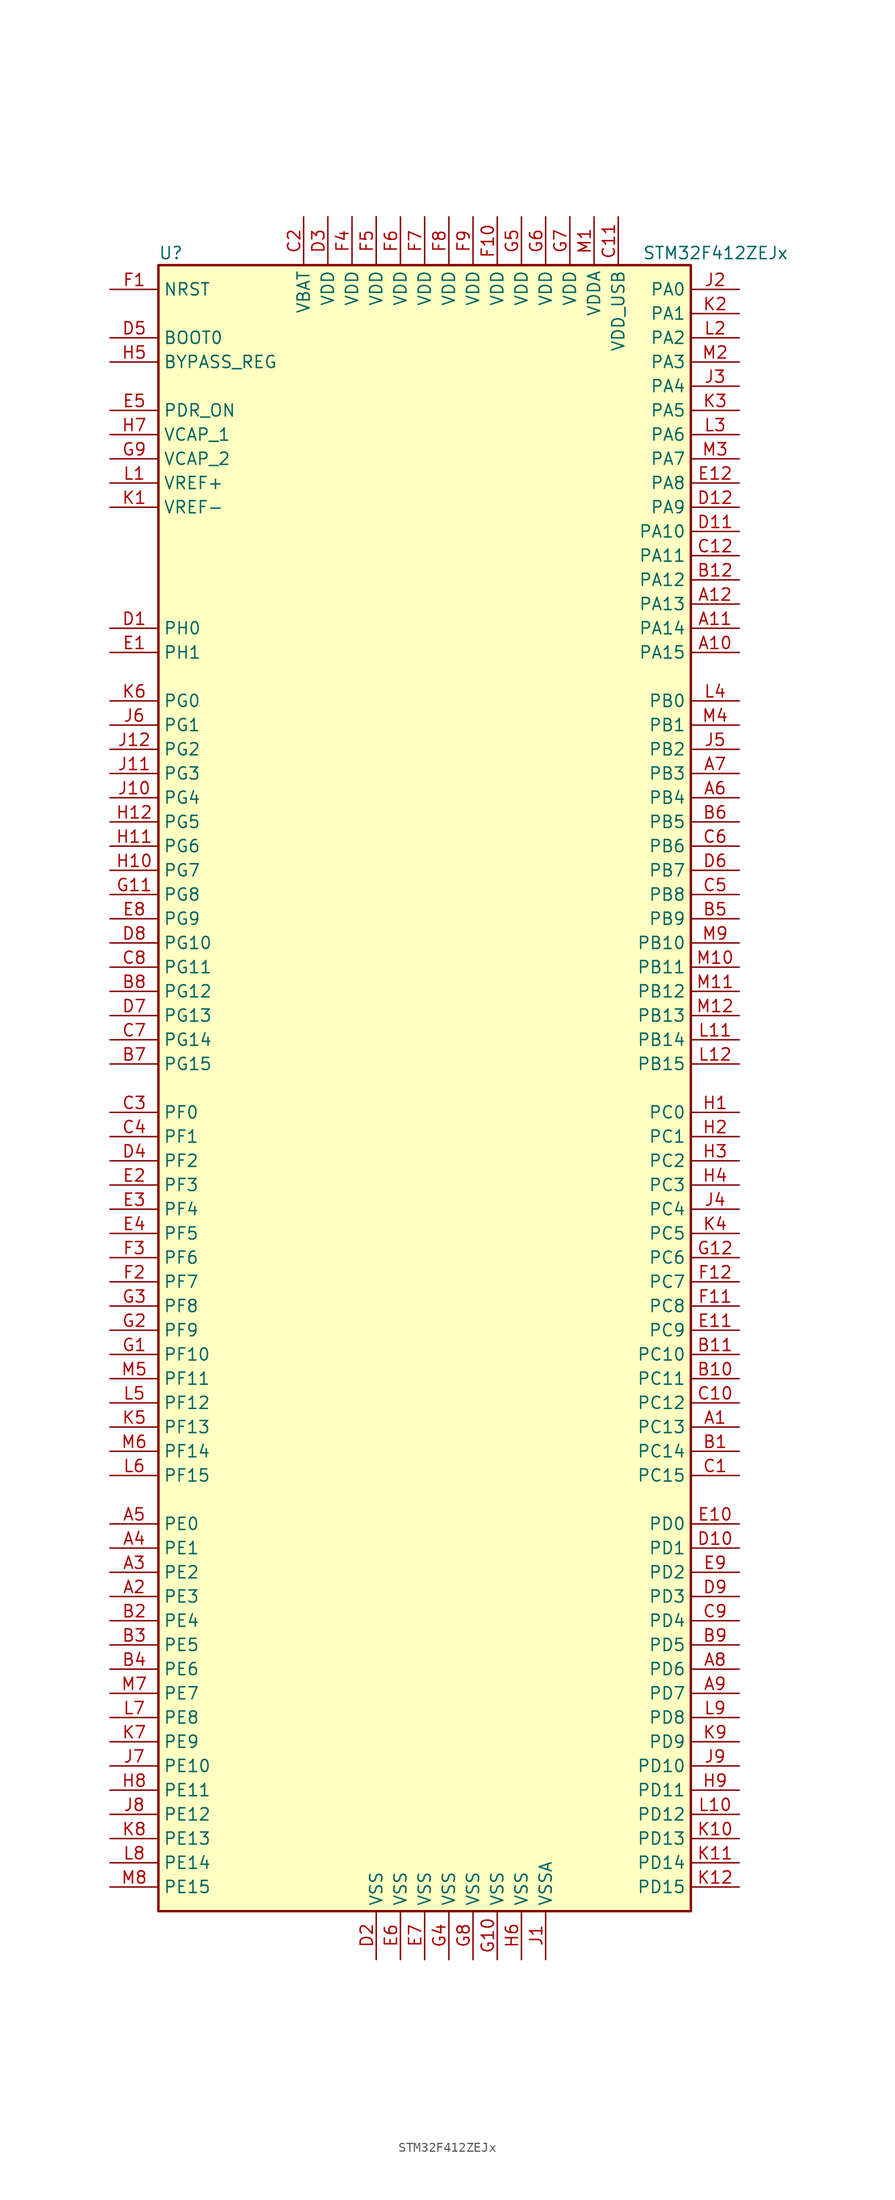
<source format=kicad_sym>
(kicad_symbol_lib
  (version 20211014)
  (generator kicad_symbol_editor)
  (symbol "STM32F412ZEJx"
    (property "Reference" "U"
      (at -27.94 87.63 0)
      (effects (font (size 1.27 1.27)) (justify left)))
    (property "Value" "STM32F412ZEJx"
      (at 22.86 87.63 0)
      (effects (font (size 1.27 1.27)) (justify left)))
    (symbol "STM32F412ZEJx_0_1"
      (rectangle (start -27.94 -86.36) (end 27.94 86.36) (stroke (width 0.254) (type default) (color 0 0 0 0)) (fill (type background))))
    (symbol "STM32F412ZEJx_1_1"
      (pin bidirectional line (at 33.02 -35.56 180) (length 5.08) (name "PC13" (effects (font (size 1.27 1.27)))) (number "A1" (effects (font (size 1.27 1.27)))))
      (pin bidirectional line (at 33.02 45.72 180) (length 5.08) (name "PA15" (effects (font (size 1.27 1.27)))) (number "A10" (effects (font (size 1.27 1.27)))))
      (pin bidirectional line (at 33.02 48.26 180) (length 5.08) (name "PA14" (effects (font (size 1.27 1.27)))) (number "A11" (effects (font (size 1.27 1.27)))))
      (pin bidirectional line (at 33.02 50.8 180) (length 5.08) (name "PA13" (effects (font (size 1.27 1.27)))) (number "A12" (effects (font (size 1.27 1.27)))))
      (pin bidirectional line (at -33.02 -53.34 0) (length 5.08) (name "PE3" (effects (font (size 1.27 1.27)))) (number "A2" (effects (font (size 1.27 1.27)))))
      (pin bidirectional line (at -33.02 -50.8 0) (length 5.08) (name "PE2" (effects (font (size 1.27 1.27)))) (number "A3" (effects (font (size 1.27 1.27)))))
      (pin bidirectional line (at -33.02 -48.26 0) (length 5.08) (name "PE1" (effects (font (size 1.27 1.27)))) (number "A4" (effects (font (size 1.27 1.27)))))
      (pin bidirectional line (at -33.02 -45.72 0) (length 5.08) (name "PE0" (effects (font (size 1.27 1.27)))) (number "A5" (effects (font (size 1.27 1.27)))))
      (pin bidirectional line (at 33.02 30.48 180) (length 5.08) (name "PB4" (effects (font (size 1.27 1.27)))) (number "A6" (effects (font (size 1.27 1.27)))))
      (pin bidirectional line (at 33.02 33.02 180) (length 5.08) (name "PB3" (effects (font (size 1.27 1.27)))) (number "A7" (effects (font (size 1.27 1.27)))))
      (pin bidirectional line (at 33.02 -60.96 180) (length 5.08) (name "PD6" (effects (font (size 1.27 1.27)))) (number "A8" (effects (font (size 1.27 1.27)))))
      (pin bidirectional line (at 33.02 -63.5 180) (length 5.08) (name "PD7" (effects (font (size 1.27 1.27)))) (number "A9" (effects (font (size 1.27 1.27)))))
      (pin bidirectional line (at 33.02 -38.1 180) (length 5.08) (name "PC14" (effects (font (size 1.27 1.27)))) (number "B1" (effects (font (size 1.27 1.27)))))
      (pin bidirectional line (at 33.02 -30.48 180) (length 5.08) (name "PC11" (effects (font (size 1.27 1.27)))) (number "B10" (effects (font (size 1.27 1.27)))))
      (pin bidirectional line (at 33.02 -27.94 180) (length 5.08) (name "PC10" (effects (font (size 1.27 1.27)))) (number "B11" (effects (font (size 1.27 1.27)))))
      (pin bidirectional line (at 33.02 53.34 180) (length 5.08) (name "PA12" (effects (font (size 1.27 1.27)))) (number "B12" (effects (font (size 1.27 1.27)))))
      (pin bidirectional line (at -33.02 -55.88 0) (length 5.08) (name "PE4" (effects (font (size 1.27 1.27)))) (number "B2" (effects (font (size 1.27 1.27)))))
      (pin bidirectional line (at -33.02 -58.42 0) (length 5.08) (name "PE5" (effects (font (size 1.27 1.27)))) (number "B3" (effects (font (size 1.27 1.27)))))
      (pin bidirectional line (at -33.02 -60.96 0) (length 5.08) (name "PE6" (effects (font (size 1.27 1.27)))) (number "B4" (effects (font (size 1.27 1.27)))))
      (pin bidirectional line (at 33.02 17.78 180) (length 5.08) (name "PB9" (effects (font (size 1.27 1.27)))) (number "B5" (effects (font (size 1.27 1.27)))))
      (pin bidirectional line (at 33.02 27.94 180) (length 5.08) (name "PB5" (effects (font (size 1.27 1.27)))) (number "B6" (effects (font (size 1.27 1.27)))))
      (pin bidirectional line (at -33.02 2.54 0) (length 5.08) (name "PG15" (effects (font (size 1.27 1.27)))) (number "B7" (effects (font (size 1.27 1.27)))))
      (pin bidirectional line (at -33.02 10.16 0) (length 5.08) (name "PG12" (effects (font (size 1.27 1.27)))) (number "B8" (effects (font (size 1.27 1.27)))))
      (pin bidirectional line (at 33.02 -58.42 180) (length 5.08) (name "PD5" (effects (font (size 1.27 1.27)))) (number "B9" (effects (font (size 1.27 1.27)))))
      (pin bidirectional line (at 33.02 -40.64 180) (length 5.08) (name "PC15" (effects (font (size 1.27 1.27)))) (number "C1" (effects (font (size 1.27 1.27)))))
      (pin bidirectional line (at 33.02 -33.02 180) (length 5.08) (name "PC12" (effects (font (size 1.27 1.27)))) (number "C10" (effects (font (size 1.27 1.27)))))
      (pin power_in line (at 20.32 91.44 270) (length 5.08) (name "VDD_USB" (effects (font (size 1.27 1.27)))) (number "C11" (effects (font (size 1.27 1.27)))))
      (pin bidirectional line (at 33.02 55.88 180) (length 5.08) (name "PA11" (effects (font (size 1.27 1.27)))) (number "C12" (effects (font (size 1.27 1.27)))))
      (pin power_in line (at -12.7 91.44 270) (length 5.08) (name "VBAT" (effects (font (size 1.27 1.27)))) (number "C2" (effects (font (size 1.27 1.27)))))
      (pin bidirectional line (at -33.02 -2.54 0) (length 5.08) (name "PF0" (effects (font (size 1.27 1.27)))) (number "C3" (effects (font (size 1.27 1.27)))))
      (pin bidirectional line (at -33.02 -5.08 0) (length 5.08) (name "PF1" (effects (font (size 1.27 1.27)))) (number "C4" (effects (font (size 1.27 1.27)))))
      (pin bidirectional line (at 33.02 20.32 180) (length 5.08) (name "PB8" (effects (font (size 1.27 1.27)))) (number "C5" (effects (font (size 1.27 1.27)))))
      (pin bidirectional line (at 33.02 25.4 180) (length 5.08) (name "PB6" (effects (font (size 1.27 1.27)))) (number "C6" (effects (font (size 1.27 1.27)))))
      (pin bidirectional line (at -33.02 5.08 0) (length 5.08) (name "PG14" (effects (font (size 1.27 1.27)))) (number "C7" (effects (font (size 1.27 1.27)))))
      (pin bidirectional line (at -33.02 12.7 0) (length 5.08) (name "PG11" (effects (font (size 1.27 1.27)))) (number "C8" (effects (font (size 1.27 1.27)))))
      (pin bidirectional line (at 33.02 -55.88 180) (length 5.08) (name "PD4" (effects (font (size 1.27 1.27)))) (number "C9" (effects (font (size 1.27 1.27)))))
      (pin input line (at -33.02 48.26 0) (length 5.08) (name "PH0" (effects (font (size 1.27 1.27)))) (number "D1" (effects (font (size 1.27 1.27)))))
      (pin bidirectional line (at 33.02 -48.26 180) (length 5.08) (name "PD1" (effects (font (size 1.27 1.27)))) (number "D10" (effects (font (size 1.27 1.27)))))
      (pin bidirectional line (at 33.02 58.42 180) (length 5.08) (name "PA10" (effects (font (size 1.27 1.27)))) (number "D11" (effects (font (size 1.27 1.27)))))
      (pin bidirectional line (at 33.02 60.96 180) (length 5.08) (name "PA9" (effects (font (size 1.27 1.27)))) (number "D12" (effects (font (size 1.27 1.27)))))
      (pin power_in line (at -5.08 -91.44 90) (length 5.08) (name "VSS" (effects (font (size 1.27 1.27)))) (number "D2" (effects (font (size 1.27 1.27)))))
      (pin power_in line (at -10.16 91.44 270) (length 5.08) (name "VDD" (effects (font (size 1.27 1.27)))) (number "D3" (effects (font (size 1.27 1.27)))))
      (pin bidirectional line (at -33.02 -7.62 0) (length 5.08) (name "PF2" (effects (font (size 1.27 1.27)))) (number "D4" (effects (font (size 1.27 1.27)))))
      (pin input line (at -33.02 78.74 0) (length 5.08) (name "BOOT0" (effects (font (size 1.27 1.27)))) (number "D5" (effects (font (size 1.27 1.27)))))
      (pin bidirectional line (at 33.02 22.86 180) (length 5.08) (name "PB7" (effects (font (size 1.27 1.27)))) (number "D6" (effects (font (size 1.27 1.27)))))
      (pin bidirectional line (at -33.02 7.62 0) (length 5.08) (name "PG13" (effects (font (size 1.27 1.27)))) (number "D7" (effects (font (size 1.27 1.27)))))
      (pin bidirectional line (at -33.02 15.24 0) (length 5.08) (name "PG10" (effects (font (size 1.27 1.27)))) (number "D8" (effects (font (size 1.27 1.27)))))
      (pin bidirectional line (at 33.02 -53.34 180) (length 5.08) (name "PD3" (effects (font (size 1.27 1.27)))) (number "D9" (effects (font (size 1.27 1.27)))))
      (pin input line (at -33.02 45.72 0) (length 5.08) (name "PH1" (effects (font (size 1.27 1.27)))) (number "E1" (effects (font (size 1.27 1.27)))))
      (pin bidirectional line (at 33.02 -45.72 180) (length 5.08) (name "PD0" (effects (font (size 1.27 1.27)))) (number "E10" (effects (font (size 1.27 1.27)))))
      (pin bidirectional line (at 33.02 -25.4 180) (length 5.08) (name "PC9" (effects (font (size 1.27 1.27)))) (number "E11" (effects (font (size 1.27 1.27)))))
      (pin bidirectional line (at 33.02 63.5 180) (length 5.08) (name "PA8" (effects (font (size 1.27 1.27)))) (number "E12" (effects (font (size 1.27 1.27)))))
      (pin bidirectional line (at -33.02 -10.16 0) (length 5.08) (name "PF3" (effects (font (size 1.27 1.27)))) (number "E2" (effects (font (size 1.27 1.27)))))
      (pin bidirectional line (at -33.02 -12.7 0) (length 5.08) (name "PF4" (effects (font (size 1.27 1.27)))) (number "E3" (effects (font (size 1.27 1.27)))))
      (pin bidirectional line (at -33.02 -15.24 0) (length 5.08) (name "PF5" (effects (font (size 1.27 1.27)))) (number "E4" (effects (font (size 1.27 1.27)))))
      (pin power_in line (at -33.02 71.12 0) (length 5.08) (name "PDR_ON" (effects (font (size 1.27 1.27)))) (number "E5" (effects (font (size 1.27 1.27)))))
      (pin power_in line (at -2.54 -91.44 90) (length 5.08) (name "VSS" (effects (font (size 1.27 1.27)))) (number "E6" (effects (font (size 1.27 1.27)))))
      (pin power_in line (at 0 -91.44 90) (length 5.08) (name "VSS" (effects (font (size 1.27 1.27)))) (number "E7" (effects (font (size 1.27 1.27)))))
      (pin bidirectional line (at -33.02 17.78 0) (length 5.08) (name "PG9" (effects (font (size 1.27 1.27)))) (number "E8" (effects (font (size 1.27 1.27)))))
      (pin bidirectional line (at 33.02 -50.8 180) (length 5.08) (name "PD2" (effects (font (size 1.27 1.27)))) (number "E9" (effects (font (size 1.27 1.27)))))
      (pin input line (at -33.02 83.82 0) (length 5.08) (name "NRST" (effects (font (size 1.27 1.27)))) (number "F1" (effects (font (size 1.27 1.27)))))
      (pin power_in line (at 7.62 91.44 270) (length 5.08) (name "VDD" (effects (font (size 1.27 1.27)))) (number "F10" (effects (font (size 1.27 1.27)))))
      (pin bidirectional line (at 33.02 -22.86 180) (length 5.08) (name "PC8" (effects (font (size 1.27 1.27)))) (number "F11" (effects (font (size 1.27 1.27)))))
      (pin bidirectional line (at 33.02 -20.32 180) (length 5.08) (name "PC7" (effects (font (size 1.27 1.27)))) (number "F12" (effects (font (size 1.27 1.27)))))
      (pin bidirectional line (at -33.02 -20.32 0) (length 5.08) (name "PF7" (effects (font (size 1.27 1.27)))) (number "F2" (effects (font (size 1.27 1.27)))))
      (pin bidirectional line (at -33.02 -17.78 0) (length 5.08) (name "PF6" (effects (font (size 1.27 1.27)))) (number "F3" (effects (font (size 1.27 1.27)))))
      (pin power_in line (at -7.62 91.44 270) (length 5.08) (name "VDD" (effects (font (size 1.27 1.27)))) (number "F4" (effects (font (size 1.27 1.27)))))
      (pin power_in line (at -5.08 91.44 270) (length 5.08) (name "VDD" (effects (font (size 1.27 1.27)))) (number "F5" (effects (font (size 1.27 1.27)))))
      (pin power_in line (at -2.54 91.44 270) (length 5.08) (name "VDD" (effects (font (size 1.27 1.27)))) (number "F6" (effects (font (size 1.27 1.27)))))
      (pin power_in line (at 0 91.44 270) (length 5.08) (name "VDD" (effects (font (size 1.27 1.27)))) (number "F7" (effects (font (size 1.27 1.27)))))
      (pin power_in line (at 2.54 91.44 270) (length 5.08) (name "VDD" (effects (font (size 1.27 1.27)))) (number "F8" (effects (font (size 1.27 1.27)))))
      (pin power_in line (at 5.08 91.44 270) (length 5.08) (name "VDD" (effects (font (size 1.27 1.27)))) (number "F9" (effects (font (size 1.27 1.27)))))
      (pin bidirectional line (at -33.02 -27.94 0) (length 5.08) (name "PF10" (effects (font (size 1.27 1.27)))) (number "G1" (effects (font (size 1.27 1.27)))))
      (pin power_in line (at 7.62 -91.44 90) (length 5.08) (name "VSS" (effects (font (size 1.27 1.27)))) (number "G10" (effects (font (size 1.27 1.27)))))
      (pin bidirectional line (at -33.02 20.32 0) (length 5.08) (name "PG8" (effects (font (size 1.27 1.27)))) (number "G11" (effects (font (size 1.27 1.27)))))
      (pin bidirectional line (at 33.02 -17.78 180) (length 5.08) (name "PC6" (effects (font (size 1.27 1.27)))) (number "G12" (effects (font (size 1.27 1.27)))))
      (pin bidirectional line (at -33.02 -25.4 0) (length 5.08) (name "PF9" (effects (font (size 1.27 1.27)))) (number "G2" (effects (font (size 1.27 1.27)))))
      (pin bidirectional line (at -33.02 -22.86 0) (length 5.08) (name "PF8" (effects (font (size 1.27 1.27)))) (number "G3" (effects (font (size 1.27 1.27)))))
      (pin power_in line (at 2.54 -91.44 90) (length 5.08) (name "VSS" (effects (font (size 1.27 1.27)))) (number "G4" (effects (font (size 1.27 1.27)))))
      (pin power_in line (at 10.16 91.44 270) (length 5.08) (name "VDD" (effects (font (size 1.27 1.27)))) (number "G5" (effects (font (size 1.27 1.27)))))
      (pin power_in line (at 12.7 91.44 270) (length 5.08) (name "VDD" (effects (font (size 1.27 1.27)))) (number "G6" (effects (font (size 1.27 1.27)))))
      (pin power_in line (at 15.24 91.44 270) (length 5.08) (name "VDD" (effects (font (size 1.27 1.27)))) (number "G7" (effects (font (size 1.27 1.27)))))
      (pin power_in line (at 5.08 -91.44 90) (length 5.08) (name "VSS" (effects (font (size 1.27 1.27)))) (number "G8" (effects (font (size 1.27 1.27)))))
      (pin power_in line (at -33.02 66.04 0) (length 5.08) (name "VCAP_2" (effects (font (size 1.27 1.27)))) (number "G9" (effects (font (size 1.27 1.27)))))
      (pin bidirectional line (at 33.02 -2.54 180) (length 5.08) (name "PC0" (effects (font (size 1.27 1.27)))) (number "H1" (effects (font (size 1.27 1.27)))))
      (pin bidirectional line (at -33.02 22.86 0) (length 5.08) (name "PG7" (effects (font (size 1.27 1.27)))) (number "H10" (effects (font (size 1.27 1.27)))))
      (pin bidirectional line (at -33.02 25.4 0) (length 5.08) (name "PG6" (effects (font (size 1.27 1.27)))) (number "H11" (effects (font (size 1.27 1.27)))))
      (pin bidirectional line (at -33.02 27.94 0) (length 5.08) (name "PG5" (effects (font (size 1.27 1.27)))) (number "H12" (effects (font (size 1.27 1.27)))))
      (pin bidirectional line (at 33.02 -5.08 180) (length 5.08) (name "PC1" (effects (font (size 1.27 1.27)))) (number "H2" (effects (font (size 1.27 1.27)))))
      (pin bidirectional line (at 33.02 -7.62 180) (length 5.08) (name "PC2" (effects (font (size 1.27 1.27)))) (number "H3" (effects (font (size 1.27 1.27)))))
      (pin bidirectional line (at 33.02 -10.16 180) (length 5.08) (name "PC3" (effects (font (size 1.27 1.27)))) (number "H4" (effects (font (size 1.27 1.27)))))
      (pin input line (at -33.02 76.2 0) (length 5.08) (name "BYPASS_REG" (effects (font (size 1.27 1.27)))) (number "H5" (effects (font (size 1.27 1.27)))))
      (pin power_in line (at 10.16 -91.44 90) (length 5.08) (name "VSS" (effects (font (size 1.27 1.27)))) (number "H6" (effects (font (size 1.27 1.27)))))
      (pin power_in line (at -33.02 68.58 0) (length 5.08) (name "VCAP_1" (effects (font (size 1.27 1.27)))) (number "H7" (effects (font (size 1.27 1.27)))))
      (pin bidirectional line (at -33.02 -73.66 0) (length 5.08) (name "PE11" (effects (font (size 1.27 1.27)))) (number "H8" (effects (font (size 1.27 1.27)))))
      (pin bidirectional line (at 33.02 -73.66 180) (length 5.08) (name "PD11" (effects (font (size 1.27 1.27)))) (number "H9" (effects (font (size 1.27 1.27)))))
      (pin power_in line (at 12.7 -91.44 90) (length 5.08) (name "VSSA" (effects (font (size 1.27 1.27)))) (number "J1" (effects (font (size 1.27 1.27)))))
      (pin bidirectional line (at -33.02 30.48 0) (length 5.08) (name "PG4" (effects (font (size 1.27 1.27)))) (number "J10" (effects (font (size 1.27 1.27)))))
      (pin bidirectional line (at -33.02 33.02 0) (length 5.08) (name "PG3" (effects (font (size 1.27 1.27)))) (number "J11" (effects (font (size 1.27 1.27)))))
      (pin bidirectional line (at -33.02 35.56 0) (length 5.08) (name "PG2" (effects (font (size 1.27 1.27)))) (number "J12" (effects (font (size 1.27 1.27)))))
      (pin bidirectional line (at 33.02 83.82 180) (length 5.08) (name "PA0" (effects (font (size 1.27 1.27)))) (number "J2" (effects (font (size 1.27 1.27)))))
      (pin bidirectional line (at 33.02 73.66 180) (length 5.08) (name "PA4" (effects (font (size 1.27 1.27)))) (number "J3" (effects (font (size 1.27 1.27)))))
      (pin bidirectional line (at 33.02 -12.7 180) (length 5.08) (name "PC4" (effects (font (size 1.27 1.27)))) (number "J4" (effects (font (size 1.27 1.27)))))
      (pin bidirectional line (at 33.02 35.56 180) (length 5.08) (name "PB2" (effects (font (size 1.27 1.27)))) (number "J5" (effects (font (size 1.27 1.27)))))
      (pin bidirectional line (at -33.02 38.1 0) (length 5.08) (name "PG1" (effects (font (size 1.27 1.27)))) (number "J6" (effects (font (size 1.27 1.27)))))
      (pin bidirectional line (at -33.02 -71.12 0) (length 5.08) (name "PE10" (effects (font (size 1.27 1.27)))) (number "J7" (effects (font (size 1.27 1.27)))))
      (pin bidirectional line (at -33.02 -76.2 0) (length 5.08) (name "PE12" (effects (font (size 1.27 1.27)))) (number "J8" (effects (font (size 1.27 1.27)))))
      (pin bidirectional line (at 33.02 -71.12 180) (length 5.08) (name "PD10" (effects (font (size 1.27 1.27)))) (number "J9" (effects (font (size 1.27 1.27)))))
      (pin power_in line (at -33.02 60.96 0) (length 5.08) (name "VREF-" (effects (font (size 1.27 1.27)))) (number "K1" (effects (font (size 1.27 1.27)))))
      (pin bidirectional line (at 33.02 -78.74 180) (length 5.08) (name "PD13" (effects (font (size 1.27 1.27)))) (number "K10" (effects (font (size 1.27 1.27)))))
      (pin bidirectional line (at 33.02 -81.28 180) (length 5.08) (name "PD14" (effects (font (size 1.27 1.27)))) (number "K11" (effects (font (size 1.27 1.27)))))
      (pin bidirectional line (at 33.02 -83.82 180) (length 5.08) (name "PD15" (effects (font (size 1.27 1.27)))) (number "K12" (effects (font (size 1.27 1.27)))))
      (pin bidirectional line (at 33.02 81.28 180) (length 5.08) (name "PA1" (effects (font (size 1.27 1.27)))) (number "K2" (effects (font (size 1.27 1.27)))))
      (pin bidirectional line (at 33.02 71.12 180) (length 5.08) (name "PA5" (effects (font (size 1.27 1.27)))) (number "K3" (effects (font (size 1.27 1.27)))))
      (pin bidirectional line (at 33.02 -15.24 180) (length 5.08) (name "PC5" (effects (font (size 1.27 1.27)))) (number "K4" (effects (font (size 1.27 1.27)))))
      (pin bidirectional line (at -33.02 -35.56 0) (length 5.08) (name "PF13" (effects (font (size 1.27 1.27)))) (number "K5" (effects (font (size 1.27 1.27)))))
      (pin bidirectional line (at -33.02 40.64 0) (length 5.08) (name "PG0" (effects (font (size 1.27 1.27)))) (number "K6" (effects (font (size 1.27 1.27)))))
      (pin bidirectional line (at -33.02 -68.58 0) (length 5.08) (name "PE9" (effects (font (size 1.27 1.27)))) (number "K7" (effects (font (size 1.27 1.27)))))
      (pin bidirectional line (at -33.02 -78.74 0) (length 5.08) (name "PE13" (effects (font (size 1.27 1.27)))) (number "K8" (effects (font (size 1.27 1.27)))))
      (pin bidirectional line (at 33.02 -68.58 180) (length 5.08) (name "PD9" (effects (font (size 1.27 1.27)))) (number "K9" (effects (font (size 1.27 1.27)))))
      (pin power_in line (at -33.02 63.5 0) (length 5.08) (name "VREF+" (effects (font (size 1.27 1.27)))) (number "L1" (effects (font (size 1.27 1.27)))))
      (pin bidirectional line (at 33.02 -76.2 180) (length 5.08) (name "PD12" (effects (font (size 1.27 1.27)))) (number "L10" (effects (font (size 1.27 1.27)))))
      (pin bidirectional line (at 33.02 5.08 180) (length 5.08) (name "PB14" (effects (font (size 1.27 1.27)))) (number "L11" (effects (font (size 1.27 1.27)))))
      (pin bidirectional line (at 33.02 2.54 180) (length 5.08) (name "PB15" (effects (font (size 1.27 1.27)))) (number "L12" (effects (font (size 1.27 1.27)))))
      (pin bidirectional line (at 33.02 78.74 180) (length 5.08) (name "PA2" (effects (font (size 1.27 1.27)))) (number "L2" (effects (font (size 1.27 1.27)))))
      (pin bidirectional line (at 33.02 68.58 180) (length 5.08) (name "PA6" (effects (font (size 1.27 1.27)))) (number "L3" (effects (font (size 1.27 1.27)))))
      (pin bidirectional line (at 33.02 40.64 180) (length 5.08) (name "PB0" (effects (font (size 1.27 1.27)))) (number "L4" (effects (font (size 1.27 1.27)))))
      (pin bidirectional line (at -33.02 -33.02 0) (length 5.08) (name "PF12" (effects (font (size 1.27 1.27)))) (number "L5" (effects (font (size 1.27 1.27)))))
      (pin bidirectional line (at -33.02 -40.64 0) (length 5.08) (name "PF15" (effects (font (size 1.27 1.27)))) (number "L6" (effects (font (size 1.27 1.27)))))
      (pin bidirectional line (at -33.02 -66.04 0) (length 5.08) (name "PE8" (effects (font (size 1.27 1.27)))) (number "L7" (effects (font (size 1.27 1.27)))))
      (pin bidirectional line (at -33.02 -81.28 0) (length 5.08) (name "PE14" (effects (font (size 1.27 1.27)))) (number "L8" (effects (font (size 1.27 1.27)))))
      (pin bidirectional line (at 33.02 -66.04 180) (length 5.08) (name "PD8" (effects (font (size 1.27 1.27)))) (number "L9" (effects (font (size 1.27 1.27)))))
      (pin power_in line (at 17.78 91.44 270) (length 5.08) (name "VDDA" (effects (font (size 1.27 1.27)))) (number "M1" (effects (font (size 1.27 1.27)))))
      (pin bidirectional line (at 33.02 12.7 180) (length 5.08) (name "PB11" (effects (font (size 1.27 1.27)))) (number "M10" (effects (font (size 1.27 1.27)))))
      (pin bidirectional line (at 33.02 10.16 180) (length 5.08) (name "PB12" (effects (font (size 1.27 1.27)))) (number "M11" (effects (font (size 1.27 1.27)))))
      (pin bidirectional line (at 33.02 7.62 180) (length 5.08) (name "PB13" (effects (font (size 1.27 1.27)))) (number "M12" (effects (font (size 1.27 1.27)))))
      (pin bidirectional line (at 33.02 76.2 180) (length 5.08) (name "PA3" (effects (font (size 1.27 1.27)))) (number "M2" (effects (font (size 1.27 1.27)))))
      (pin bidirectional line (at 33.02 66.04 180) (length 5.08) (name "PA7" (effects (font (size 1.27 1.27)))) (number "M3" (effects (font (size 1.27 1.27)))))
      (pin bidirectional line (at 33.02 38.1 180) (length 5.08) (name "PB1" (effects (font (size 1.27 1.27)))) (number "M4" (effects (font (size 1.27 1.27)))))
      (pin bidirectional line (at -33.02 -30.48 0) (length 5.08) (name "PF11" (effects (font (size 1.27 1.27)))) (number "M5" (effects (font (size 1.27 1.27)))))
      (pin bidirectional line (at -33.02 -38.1 0) (length 5.08) (name "PF14" (effects (font (size 1.27 1.27)))) (number "M6" (effects (font (size 1.27 1.27)))))
      (pin bidirectional line (at -33.02 -63.5 0) (length 5.08) (name "PE7" (effects (font (size 1.27 1.27)))) (number "M7" (effects (font (size 1.27 1.27)))))
      (pin bidirectional line (at -33.02 -83.82 0) (length 5.08) (name "PE15" (effects (font (size 1.27 1.27)))) (number "M8" (effects (font (size 1.27 1.27)))))
      (pin bidirectional line (at 33.02 15.24 180) (length 5.08) (name "PB10" (effects (font (size 1.27 1.27)))) (number "M9" (effects (font (size 1.27 1.27))))))))
</source>
